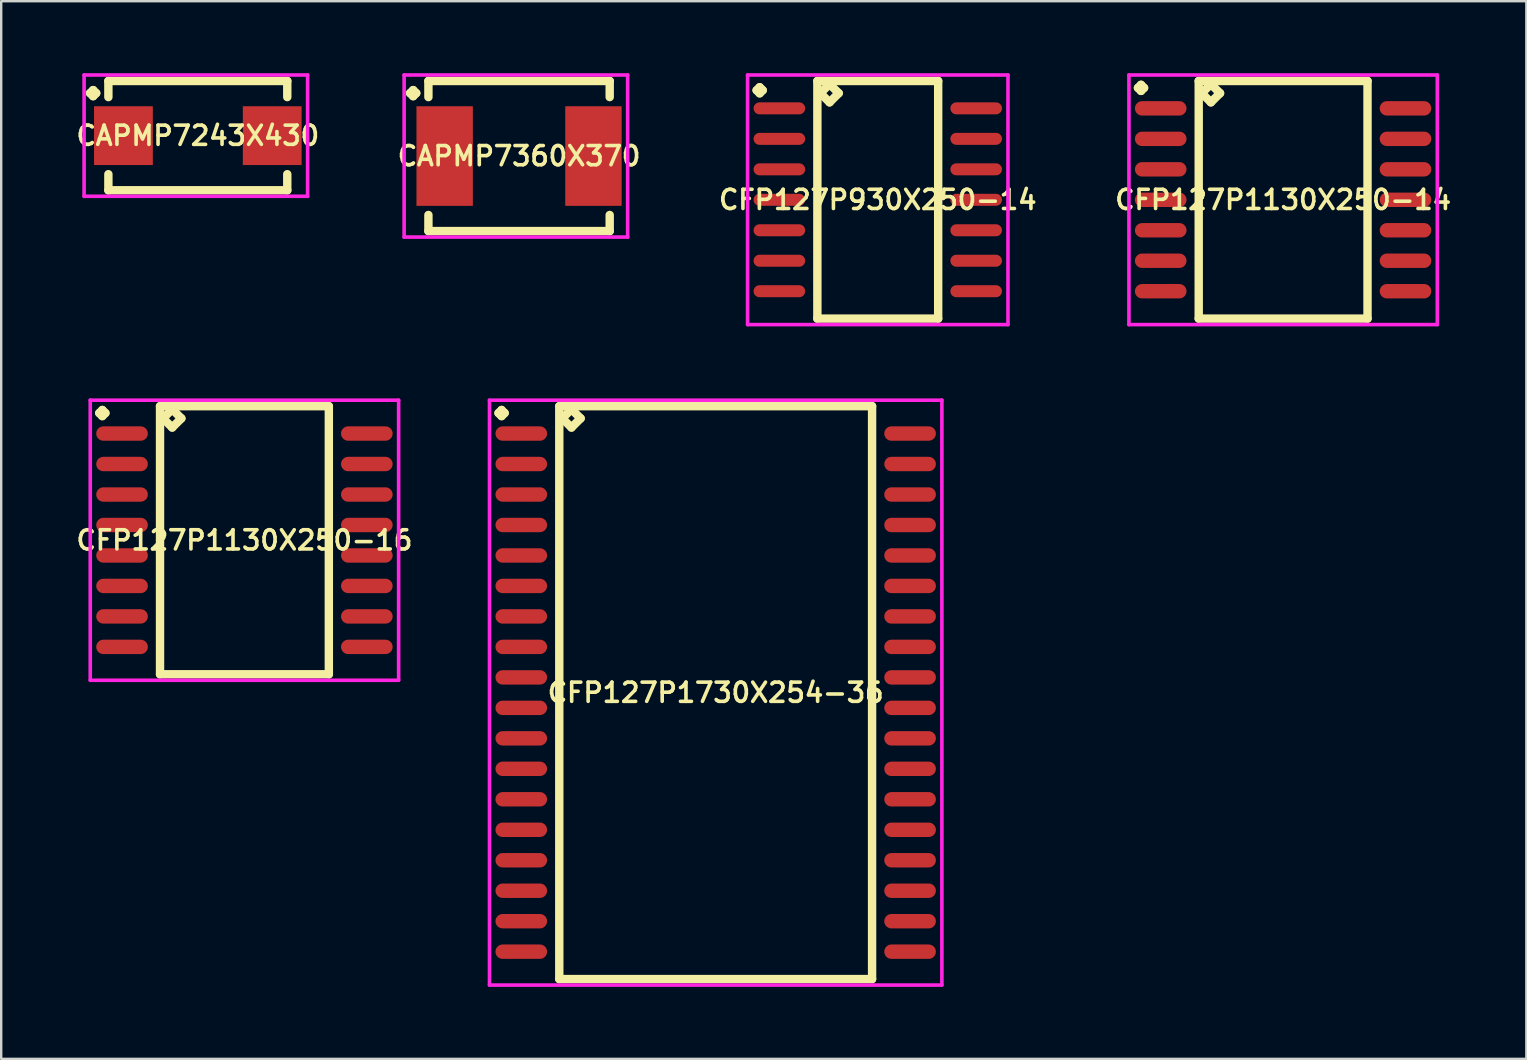
<source format=kicad_pcb>
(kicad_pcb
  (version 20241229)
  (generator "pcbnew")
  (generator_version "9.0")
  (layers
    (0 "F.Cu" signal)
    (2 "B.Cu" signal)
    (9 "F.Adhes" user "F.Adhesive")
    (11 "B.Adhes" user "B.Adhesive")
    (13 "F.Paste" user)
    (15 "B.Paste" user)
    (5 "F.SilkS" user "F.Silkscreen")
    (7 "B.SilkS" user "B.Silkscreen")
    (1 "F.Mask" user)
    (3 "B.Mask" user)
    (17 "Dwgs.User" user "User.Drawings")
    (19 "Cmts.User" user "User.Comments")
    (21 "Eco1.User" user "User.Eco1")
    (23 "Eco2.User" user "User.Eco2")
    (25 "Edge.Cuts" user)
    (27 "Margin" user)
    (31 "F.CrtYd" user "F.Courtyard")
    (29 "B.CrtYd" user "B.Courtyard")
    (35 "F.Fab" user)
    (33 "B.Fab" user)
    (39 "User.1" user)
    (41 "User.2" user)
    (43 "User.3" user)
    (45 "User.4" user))
  (footprint "CFP127P1730X254-36"
    (layer "F.Cu")
    (at 26.771 25.81)
    (property "Reference" "CFP127P1730X254-36" (at 0 0 0) (layer "F.SilkS") (effects (font (size 0.8 0.8) (thickness 0.15))))
    (attr smd)
    (fp_line (start -9.048 -11.649) (end -8.921 -11.776) (stroke (width 0.35) (type solid)) (layer "F.SilkS"))
    (fp_line (start -8.921 -11.776) (end -8.794 -11.649) (stroke (width 0.35) (type solid)) (layer "F.SilkS"))
    (fp_line (start -8.921 -11.522) (end -9.048 -11.649) (stroke (width 0.35) (type solid)) (layer "F.SilkS"))
    (fp_line (start -8.794 -11.649) (end -8.921 -11.522) (stroke (width 0.35) (type solid)) (layer "F.SilkS"))
    (fp_line (start -6.517 -11.935) (end -6.517 11.935) (stroke (width 0.35) (type solid)) (layer "F.SilkS"))
    (fp_line (start -6.517 11.935) (end 6.517 11.935) (stroke (width 0.35) (type solid)) (layer "F.SilkS"))
    (fp_line (start -6.39 -11.427) (end -6.009 -11.808) (stroke (width 0.35) (type solid)) (layer "F.SilkS"))
    (fp_line (start -6.009 -11.808) (end -5.628 -11.427) (stroke (width 0.35) (type solid)) (layer "F.SilkS"))
    (fp_line (start -6.009 -11.046) (end -6.39 -11.427) (stroke (width 0.35) (type solid)) (layer "F.SilkS"))
    (fp_line (start -5.628 -11.427) (end -6.009 -11.046) (stroke (width 0.35) (type solid)) (layer "F.SilkS"))
    (fp_line (start 6.517 -11.935) (end -6.517 -11.935) (stroke (width 0.35) (type solid)) (layer "F.SilkS"))
    (fp_line (start 6.517 11.935) (end 6.517 -11.935) (stroke (width 0.35) (type solid)) (layer "F.SilkS"))
    (fp_line (start -9.425 -12.185) (end 9.425 -12.185) (stroke (width 0.15) (type solid)) (layer "F.CrtYd"))
    (fp_line (start -9.425 12.185) (end -9.425 -12.185) (stroke (width 0.15) (type solid)) (layer "F.CrtYd"))
    (fp_line (start 9.425 -12.185) (end 9.425 12.185) (stroke (width 0.15) (type solid)) (layer "F.CrtYd"))
    (fp_line (start 9.425 12.185) (end -9.425 12.185) (stroke (width 0.15) (type solid)) (layer "F.CrtYd"))
    (pad "1" smd oval (at -8.1 -10.795) (size 2.15 0.6) (layers "F.Cu" "F.Mask" "F.Paste"))
    (pad "2" smd oval (at -8.1 -9.525) (size 2.15 0.6) (layers "F.Cu" "F.Mask" "F.Paste"))
    (pad "3" smd oval (at -8.1 -8.255) (size 2.15 0.6) (layers "F.Cu" "F.Mask" "F.Paste"))
    (pad "4" smd oval (at -8.1 -6.985) (size 2.15 0.6) (layers "F.Cu" "F.Mask" "F.Paste"))
    (pad "5" smd oval (at -8.1 -5.715) (size 2.15 0.6) (layers "F.Cu" "F.Mask" "F.Paste"))
    (pad "6" smd oval (at -8.1 -4.445) (size 2.15 0.6) (layers "F.Cu" "F.Mask" "F.Paste"))
    (pad "7" smd oval (at -8.1 -3.175) (size 2.15 0.6) (layers "F.Cu" "F.Mask" "F.Paste"))
    (pad "8" smd oval (at -8.1 -1.905) (size 2.15 0.6) (layers "F.Cu" "F.Mask" "F.Paste"))
    (pad "9" smd oval (at -8.1 -0.635) (size 2.15 0.6) (layers "F.Cu" "F.Mask" "F.Paste"))
    (pad "10" smd oval (at -8.1 0.635) (size 2.15 0.6) (layers "F.Cu" "F.Mask" "F.Paste"))
    (pad "11" smd oval (at -8.1 1.905) (size 2.15 0.6) (layers "F.Cu" "F.Mask" "F.Paste"))
    (pad "12" smd oval (at -8.1 3.175) (size 2.15 0.6) (layers "F.Cu" "F.Mask" "F.Paste"))
    (pad "13" smd oval (at -8.1 4.445) (size 2.15 0.6) (layers "F.Cu" "F.Mask" "F.Paste"))
    (pad "14" smd oval (at -8.1 5.715) (size 2.15 0.6) (layers "F.Cu" "F.Mask" "F.Paste"))
    (pad "15" smd oval (at -8.1 6.985) (size 2.15 0.6) (layers "F.Cu" "F.Mask" "F.Paste"))
    (pad "16" smd oval (at -8.1 8.255) (size 2.15 0.6) (layers "F.Cu" "F.Mask" "F.Paste"))
    (pad "17" smd oval (at -8.1 9.525) (size 2.15 0.6) (layers "F.Cu" "F.Mask" "F.Paste"))
    (pad "18" smd oval (at -8.1 10.795) (size 2.15 0.6) (layers "F.Cu" "F.Mask" "F.Paste"))
    (pad "19" smd oval (at 8.1 10.795) (size 2.15 0.6) (layers "F.Cu" "F.Mask" "F.Paste"))
    (pad "20" smd oval (at 8.1 9.525) (size 2.15 0.6) (layers "F.Cu" "F.Mask" "F.Paste"))
    (pad "21" smd oval (at 8.1 8.255) (size 2.15 0.6) (layers "F.Cu" "F.Mask" "F.Paste"))
    (pad "22" smd oval (at 8.1 6.985) (size 2.15 0.6) (layers "F.Cu" "F.Mask" "F.Paste"))
    (pad "23" smd oval (at 8.1 5.715) (size 2.15 0.6) (layers "F.Cu" "F.Mask" "F.Paste"))
    (pad "24" smd oval (at 8.1 4.445) (size 2.15 0.6) (layers "F.Cu" "F.Mask" "F.Paste"))
    (pad "25" smd oval (at 8.1 3.175) (size 2.15 0.6) (layers "F.Cu" "F.Mask" "F.Paste"))
    (pad "26" smd oval (at 8.1 1.905) (size 2.15 0.6) (layers "F.Cu" "F.Mask" "F.Paste"))
    (pad "27" smd oval (at 8.1 0.635) (size 2.15 0.6) (layers "F.Cu" "F.Mask" "F.Paste"))
    (pad "28" smd oval (at 8.1 -0.635) (size 2.15 0.6) (layers "F.Cu" "F.Mask" "F.Paste"))
    (pad "29" smd oval (at 8.1 -1.905) (size 2.15 0.6) (layers "F.Cu" "F.Mask" "F.Paste"))
    (pad "30" smd oval (at 8.1 -3.175) (size 2.15 0.6) (layers "F.Cu" "F.Mask" "F.Paste"))
    (pad "31" smd oval (at 8.1 -4.445) (size 2.15 0.6) (layers "F.Cu" "F.Mask" "F.Paste"))
    (pad "32" smd oval (at 8.1 -5.715) (size 2.15 0.6) (layers "F.Cu" "F.Mask" "F.Paste"))
    (pad "33" smd oval (at 8.1 -6.985) (size 2.15 0.6) (layers "F.Cu" "F.Mask" "F.Paste"))
    (pad "34" smd oval (at 8.1 -8.255) (size 2.15 0.6) (layers "F.Cu" "F.Mask" "F.Paste"))
    (pad "35" smd oval (at 8.1 -9.525) (size 2.15 0.6) (layers "F.Cu" "F.Mask" "F.Paste"))
    (pad "36" smd oval (at 8.1 -10.795) (size 2.15 0.6) (layers "F.Cu" "F.Mask" "F.Paste")))
  (footprint "CFP127P930X250-14"
    (layer "F.Cu")
    (at 33.525 5.275)
    (property "Reference" "CFP127P930X250-14" (at 0 0 0) (layer "F.SilkS") (effects (font (size 0.8 0.8) (thickness 0.15))))
    (attr smd)
    (fp_line (start -5.048 -4.564) (end -4.921 -4.691) (stroke (width 0.35) (type solid)) (layer "F.SilkS"))
    (fp_line (start -4.921 -4.691) (end -4.794 -4.564) (stroke (width 0.35) (type solid)) (layer "F.SilkS"))
    (fp_line (start -4.921 -4.437) (end -5.048 -4.564) (stroke (width 0.35) (type solid)) (layer "F.SilkS"))
    (fp_line (start -4.794 -4.564) (end -4.921 -4.437) (stroke (width 0.35) (type solid)) (layer "F.SilkS"))
    (fp_line (start -2.517 -4.95) (end -2.517 4.95) (stroke (width 0.35) (type solid)) (layer "F.SilkS"))
    (fp_line (start -2.517 4.95) (end 2.517 4.95) (stroke (width 0.35) (type solid)) (layer "F.SilkS"))
    (fp_line (start -2.39 -4.442) (end -2.009 -4.823) (stroke (width 0.35) (type solid)) (layer "F.SilkS"))
    (fp_line (start -2.009 -4.823) (end -1.628 -4.442) (stroke (width 0.35) (type solid)) (layer "F.SilkS"))
    (fp_line (start -2.009 -4.061) (end -2.39 -4.442) (stroke (width 0.35) (type solid)) (layer "F.SilkS"))
    (fp_line (start -1.628 -4.442) (end -2.009 -4.061) (stroke (width 0.35) (type solid)) (layer "F.SilkS"))
    (fp_line (start 2.517 -4.95) (end -2.517 -4.95) (stroke (width 0.35) (type solid)) (layer "F.SilkS"))
    (fp_line (start 2.517 4.95) (end 2.517 -4.95) (stroke (width 0.35) (type solid)) (layer "F.SilkS"))
    (fp_line (start -5.425 -5.2) (end 5.425 -5.2) (stroke (width 0.15) (type solid)) (layer "F.CrtYd"))
    (fp_line (start -5.425 5.2) (end -5.425 -5.2) (stroke (width 0.15) (type solid)) (layer "F.CrtYd"))
    (fp_line (start 5.425 -5.2) (end 5.425 5.2) (stroke (width 0.15) (type solid)) (layer "F.CrtYd"))
    (fp_line (start 5.425 5.2) (end -5.425 5.2) (stroke (width 0.15) (type solid)) (layer "F.CrtYd"))
    (pad "1" smd oval (at -4.1 -3.81) (size 2.15 0.5) (layers "F.Cu" "F.Mask" "F.Paste"))
    (pad "2" smd oval (at -4.1 -2.54) (size 2.15 0.5) (layers "F.Cu" "F.Mask" "F.Paste"))
    (pad "3" smd oval (at -4.1 -1.27) (size 2.15 0.5) (layers "F.Cu" "F.Mask" "F.Paste"))
    (pad "4" smd oval (at -4.1 0) (size 2.15 0.5) (layers "F.Cu" "F.Mask" "F.Paste"))
    (pad "5" smd oval (at -4.1 1.27) (size 2.15 0.5) (layers "F.Cu" "F.Mask" "F.Paste"))
    (pad "6" smd oval (at -4.1 2.54) (size 2.15 0.5) (layers "F.Cu" "F.Mask" "F.Paste"))
    (pad "7" smd oval (at -4.1 3.81) (size 2.15 0.5) (layers "F.Cu" "F.Mask" "F.Paste"))
    (pad "8" smd oval (at 4.1 3.81) (size 2.15 0.5) (layers "F.Cu" "F.Mask" "F.Paste"))
    (pad "9" smd oval (at 4.1 2.54) (size 2.15 0.5) (layers "F.Cu" "F.Mask" "F.Paste"))
    (pad "10" smd oval (at 4.1 1.27) (size 2.15 0.5) (layers "F.Cu" "F.Mask" "F.Paste"))
    (pad "11" smd oval (at 4.1 0) (size 2.15 0.5) (layers "F.Cu" "F.Mask" "F.Paste"))
    (pad "12" smd oval (at 4.1 -1.27) (size 2.15 0.5) (layers "F.Cu" "F.Mask" "F.Paste"))
    (pad "13" smd oval (at 4.1 -2.54) (size 2.15 0.5) (layers "F.Cu" "F.Mask" "F.Paste"))
    (pad "14" smd oval (at 4.1 -3.81) (size 2.15 0.5) (layers "F.Cu" "F.Mask" "F.Paste")))
  (footprint "CAPMP7360X370"
    (layer "F.Cu")
    (at 18.578 3.452)
    (property "Reference" "CAPMP7360X370" (at 0 0 0) (layer "F.SilkS") (effects (font (size 0.8 0.8) (thickness 0.15))))
    (attr smd)
    (fp_line (start -4.539 -2.621) (end -4.412 -2.748) (stroke (width 0.35) (type solid)) (layer "F.SilkS"))
    (fp_line (start -4.412 -2.748) (end -4.285 -2.621) (stroke (width 0.35) (type solid)) (layer "F.SilkS"))
    (fp_line (start -4.412 -2.494) (end -4.539 -2.621) (stroke (width 0.35) (type solid)) (layer "F.SilkS"))
    (fp_line (start -4.285 -2.621) (end -4.412 -2.494) (stroke (width 0.35) (type solid)) (layer "F.SilkS"))
    (fp_line (start -3.777 -3.127) (end 3.777 -3.127) (stroke (width 0.35) (type solid)) (layer "F.SilkS"))
    (fp_line (start -3.777 -2.456) (end -3.777 -3.127) (stroke (width 0.35) (type solid)) (layer "F.SilkS"))
    (fp_line (start -3.777 2.456) (end -3.777 3.127) (stroke (width 0.35) (type solid)) (layer "F.SilkS"))
    (fp_line (start -3.777 3.127) (end 3.777 3.127) (stroke (width 0.35) (type solid)) (layer "F.SilkS"))
    (fp_line (start 3.777 -3.127) (end 3.777 -2.456) (stroke (width 0.35) (type solid)) (layer "F.SilkS"))
    (fp_line (start 3.777 3.127) (end 3.777 2.456) (stroke (width 0.35) (type solid)) (layer "F.SilkS"))
    (fp_line (start -4.789 -3.377) (end 4.525 -3.377) (stroke (width 0.15) (type solid)) (layer "F.CrtYd"))
    (fp_line (start -4.789 3.377) (end -4.789 -3.377) (stroke (width 0.15) (type solid)) (layer "F.CrtYd"))
    (fp_line (start 4.525 -3.377) (end 4.525 3.377) (stroke (width 0.15) (type solid)) (layer "F.CrtYd"))
    (fp_line (start 4.525 3.377) (end -4.789 3.377) (stroke (width 0.15) (type solid)) (layer "F.CrtYd"))
    (pad "1" smd rect (at -3.1 0) (size 2.35 4.15) (layers "F.Cu" "F.Mask" "F.Paste"))
    (pad "2" smd rect (at 3.1 0) (size 2.35 4.15) (layers "F.Cu" "F.Mask" "F.Paste")))
  (footprint "CAPMP7243X430"
    (layer "F.Cu")
    (at 5.193 2.602)
    (property "Reference" "CAPMP7243X430" (at 0 0 0) (layer "F.SilkS") (effects (font (size 0.8 0.8) (thickness 0.15))))
    (attr smd)
    (fp_line (start -4.489 -1.771) (end -4.362 -1.898) (stroke (width 0.35) (type solid)) (layer "F.SilkS"))
    (fp_line (start -4.362 -1.898) (end -4.235 -1.771) (stroke (width 0.35) (type solid)) (layer "F.SilkS"))
    (fp_line (start -4.362 -1.644) (end -4.489 -1.771) (stroke (width 0.35) (type solid)) (layer "F.SilkS"))
    (fp_line (start -4.235 -1.771) (end -4.362 -1.644) (stroke (width 0.35) (type solid)) (layer "F.SilkS"))
    (fp_line (start -3.727 -2.277) (end 3.727 -2.277) (stroke (width 0.35) (type solid)) (layer "F.SilkS"))
    (fp_line (start -3.727 -1.606) (end -3.727 -2.277) (stroke (width 0.35) (type solid)) (layer "F.SilkS"))
    (fp_line (start -3.727 1.606) (end -3.727 2.277) (stroke (width 0.35) (type solid)) (layer "F.SilkS"))
    (fp_line (start -3.727 2.277) (end 3.727 2.277) (stroke (width 0.35) (type solid)) (layer "F.SilkS"))
    (fp_line (start 3.727 -2.277) (end 3.727 -1.606) (stroke (width 0.35) (type solid)) (layer "F.SilkS"))
    (fp_line (start 3.727 2.277) (end 3.727 1.606) (stroke (width 0.35) (type solid)) (layer "F.SilkS"))
    (fp_line (start -4.739 -2.527) (end 4.575 -2.527) (stroke (width 0.15) (type solid)) (layer "F.CrtYd"))
    (fp_line (start -4.739 2.527) (end -4.739 -2.527) (stroke (width 0.15) (type solid)) (layer "F.CrtYd"))
    (fp_line (start 4.575 -2.527) (end 4.575 2.527) (stroke (width 0.15) (type solid)) (layer "F.CrtYd"))
    (fp_line (start 4.575 2.527) (end -4.739 2.527) (stroke (width 0.15) (type solid)) (layer "F.CrtYd"))
    (pad "1" smd rect (at -3.1 0) (size 2.45 2.45) (layers "F.Cu" "F.Mask" "F.Paste"))
    (pad "2" smd rect (at 3.1 0) (size 2.45 2.45) (layers "F.Cu" "F.Mask" "F.Paste")))
  (footprint "CFP127P1130X250-16"
    (layer "F.Cu")
    (at 7.135 19.46)
    (property "Reference" "CFP127P1130X250-16" (at 0 0 0) (layer "F.SilkS") (effects (font (size 0.8 0.8) (thickness 0.15))))
    (attr smd)
    (fp_line (start -6.048 -5.299) (end -5.921 -5.426) (stroke (width 0.35) (type solid)) (layer "F.SilkS"))
    (fp_line (start -5.921 -5.426) (end -5.794 -5.299) (stroke (width 0.35) (type solid)) (layer "F.SilkS"))
    (fp_line (start -5.921 -5.172) (end -6.048 -5.299) (stroke (width 0.35) (type solid)) (layer "F.SilkS"))
    (fp_line (start -5.794 -5.299) (end -5.921 -5.172) (stroke (width 0.35) (type solid)) (layer "F.SilkS"))
    (fp_line (start -3.517 -5.585) (end -3.517 5.585) (stroke (width 0.35) (type solid)) (layer "F.SilkS"))
    (fp_line (start -3.517 5.585) (end 3.517 5.585) (stroke (width 0.35) (type solid)) (layer "F.SilkS"))
    (fp_line (start -3.39 -5.077) (end -3.009 -5.458) (stroke (width 0.35) (type solid)) (layer "F.SilkS"))
    (fp_line (start -3.009 -5.458) (end -2.628 -5.077) (stroke (width 0.35) (type solid)) (layer "F.SilkS"))
    (fp_line (start -3.009 -4.696) (end -3.39 -5.077) (stroke (width 0.35) (type solid)) (layer "F.SilkS"))
    (fp_line (start -2.628 -5.077) (end -3.009 -4.696) (stroke (width 0.35) (type solid)) (layer "F.SilkS"))
    (fp_line (start 3.517 -5.585) (end -3.517 -5.585) (stroke (width 0.35) (type solid)) (layer "F.SilkS"))
    (fp_line (start 3.517 5.585) (end 3.517 -5.585) (stroke (width 0.35) (type solid)) (layer "F.SilkS"))
    (fp_line (start -6.425 -5.835) (end 6.425 -5.835) (stroke (width 0.15) (type solid)) (layer "F.CrtYd"))
    (fp_line (start -6.425 5.835) (end -6.425 -5.835) (stroke (width 0.15) (type solid)) (layer "F.CrtYd"))
    (fp_line (start 6.425 -5.835) (end 6.425 5.835) (stroke (width 0.15) (type solid)) (layer "F.CrtYd"))
    (fp_line (start 6.425 5.835) (end -6.425 5.835) (stroke (width 0.15) (type solid)) (layer "F.CrtYd"))
    (pad "1" smd oval (at -5.1 -4.445) (size 2.15 0.6) (layers "F.Cu" "F.Mask" "F.Paste"))
    (pad "2" smd oval (at -5.1 -3.175) (size 2.15 0.6) (layers "F.Cu" "F.Mask" "F.Paste"))
    (pad "3" smd oval (at -5.1 -1.905) (size 2.15 0.6) (layers "F.Cu" "F.Mask" "F.Paste"))
    (pad "4" smd oval (at -5.1 -0.635) (size 2.15 0.6) (layers "F.Cu" "F.Mask" "F.Paste"))
    (pad "5" smd oval (at -5.1 0.635) (size 2.15 0.6) (layers "F.Cu" "F.Mask" "F.Paste"))
    (pad "6" smd oval (at -5.1 1.905) (size 2.15 0.6) (layers "F.Cu" "F.Mask" "F.Paste"))
    (pad "7" smd oval (at -5.1 3.175) (size 2.15 0.6) (layers "F.Cu" "F.Mask" "F.Paste"))
    (pad "8" smd oval (at -5.1 4.445) (size 2.15 0.6) (layers "F.Cu" "F.Mask" "F.Paste"))
    (pad "9" smd oval (at 5.1 4.445) (size 2.15 0.6) (layers "F.Cu" "F.Mask" "F.Paste"))
    (pad "10" smd oval (at 5.1 3.175) (size 2.15 0.6) (layers "F.Cu" "F.Mask" "F.Paste"))
    (pad "11" smd oval (at 5.1 1.905) (size 2.15 0.6) (layers "F.Cu" "F.Mask" "F.Paste"))
    (pad "12" smd oval (at 5.1 0.635) (size 2.15 0.6) (layers "F.Cu" "F.Mask" "F.Paste"))
    (pad "13" smd oval (at 5.1 -0.635) (size 2.15 0.6) (layers "F.Cu" "F.Mask" "F.Paste"))
    (pad "14" smd oval (at 5.1 -1.905) (size 2.15 0.6) (layers "F.Cu" "F.Mask" "F.Paste"))
    (pad "15" smd oval (at 5.1 -3.175) (size 2.15 0.6) (layers "F.Cu" "F.Mask" "F.Paste"))
    (pad "16" smd oval (at 5.1 -4.445) (size 2.15 0.6) (layers "F.Cu" "F.Mask" "F.Paste")))
  (footprint "CFP127P1130X250-14"
    (layer "F.Cu")
    (at 50.415 5.275)
    (property "Reference" "CFP127P1130X250-14" (at 0 0 0) (layer "F.SilkS") (effects (font (size 0.8 0.8) (thickness 0.15))))
    (attr smd)
    (fp_line (start -6.048 -4.664) (end -5.921 -4.791) (stroke (width 0.35) (type solid)) (layer "F.SilkS"))
    (fp_line (start -5.921 -4.791) (end -5.794 -4.664) (stroke (width 0.35) (type solid)) (layer "F.SilkS"))
    (fp_line (start -5.921 -4.537) (end -6.048 -4.664) (stroke (width 0.35) (type solid)) (layer "F.SilkS"))
    (fp_line (start -5.794 -4.664) (end -5.921 -4.537) (stroke (width 0.35) (type solid)) (layer "F.SilkS"))
    (fp_line (start -3.517 -4.95) (end -3.517 4.95) (stroke (width 0.35) (type solid)) (layer "F.SilkS"))
    (fp_line (start -3.517 4.95) (end 3.517 4.95) (stroke (width 0.35) (type solid)) (layer "F.SilkS"))
    (fp_line (start -3.39 -4.442) (end -3.009 -4.823) (stroke (width 0.35) (type solid)) (layer "F.SilkS"))
    (fp_line (start -3.009 -4.823) (end -2.628 -4.442) (stroke (width 0.35) (type solid)) (layer "F.SilkS"))
    (fp_line (start -3.009 -4.061) (end -3.39 -4.442) (stroke (width 0.35) (type solid)) (layer "F.SilkS"))
    (fp_line (start -2.628 -4.442) (end -3.009 -4.061) (stroke (width 0.35) (type solid)) (layer "F.SilkS"))
    (fp_line (start 3.517 -4.95) (end -3.517 -4.95) (stroke (width 0.35) (type solid)) (layer "F.SilkS"))
    (fp_line (start 3.517 4.95) (end 3.517 -4.95) (stroke (width 0.35) (type solid)) (layer "F.SilkS"))
    (fp_line (start -6.425 -5.2) (end 6.425 -5.2) (stroke (width 0.15) (type solid)) (layer "F.CrtYd"))
    (fp_line (start -6.425 5.2) (end -6.425 -5.2) (stroke (width 0.15) (type solid)) (layer "F.CrtYd"))
    (fp_line (start 6.425 -5.2) (end 6.425 5.2) (stroke (width 0.15) (type solid)) (layer "F.CrtYd"))
    (fp_line (start 6.425 5.2) (end -6.425 5.2) (stroke (width 0.15) (type solid)) (layer "F.CrtYd"))
    (pad "1" smd oval (at -5.1 -3.81) (size 2.15 0.6) (layers "F.Cu" "F.Mask" "F.Paste"))
    (pad "2" smd oval (at -5.1 -2.54) (size 2.15 0.6) (layers "F.Cu" "F.Mask" "F.Paste"))
    (pad "3" smd oval (at -5.1 -1.27) (size 2.15 0.6) (layers "F.Cu" "F.Mask" "F.Paste"))
    (pad "4" smd oval (at -5.1 0) (size 2.15 0.6) (layers "F.Cu" "F.Mask" "F.Paste"))
    (pad "5" smd oval (at -5.1 1.27) (size 2.15 0.6) (layers "F.Cu" "F.Mask" "F.Paste"))
    (pad "6" smd oval (at -5.1 2.54) (size 2.15 0.6) (layers "F.Cu" "F.Mask" "F.Paste"))
    (pad "7" smd oval (at -5.1 3.81) (size 2.15 0.6) (layers "F.Cu" "F.Mask" "F.Paste"))
    (pad "8" smd oval (at 5.1 3.81) (size 2.15 0.6) (layers "F.Cu" "F.Mask" "F.Paste"))
    (pad "9" smd oval (at 5.1 2.54) (size 2.15 0.6) (layers "F.Cu" "F.Mask" "F.Paste"))
    (pad "10" smd oval (at 5.1 1.27) (size 2.15 0.6) (layers "F.Cu" "F.Mask" "F.Paste"))
    (pad "11" smd oval (at 5.1 0) (size 2.15 0.6) (layers "F.Cu" "F.Mask" "F.Paste"))
    (pad "12" smd oval (at 5.1 -1.27) (size 2.15 0.6) (layers "F.Cu" "F.Mask" "F.Paste"))
    (pad "13" smd oval (at 5.1 -2.54) (size 2.15 0.6) (layers "F.Cu" "F.Mask" "F.Paste"))
    (pad "14" smd oval (at 5.1 -3.81) (size 2.15 0.6) (layers "F.Cu" "F.Mask" "F.Paste")))
  (gr_rect
    (start -3 -3)
    (end 60.55 41.07)
    (stroke (width 0.1) (type default))
    (fill no)
    (layer "Edge.Cuts")))
</source>
